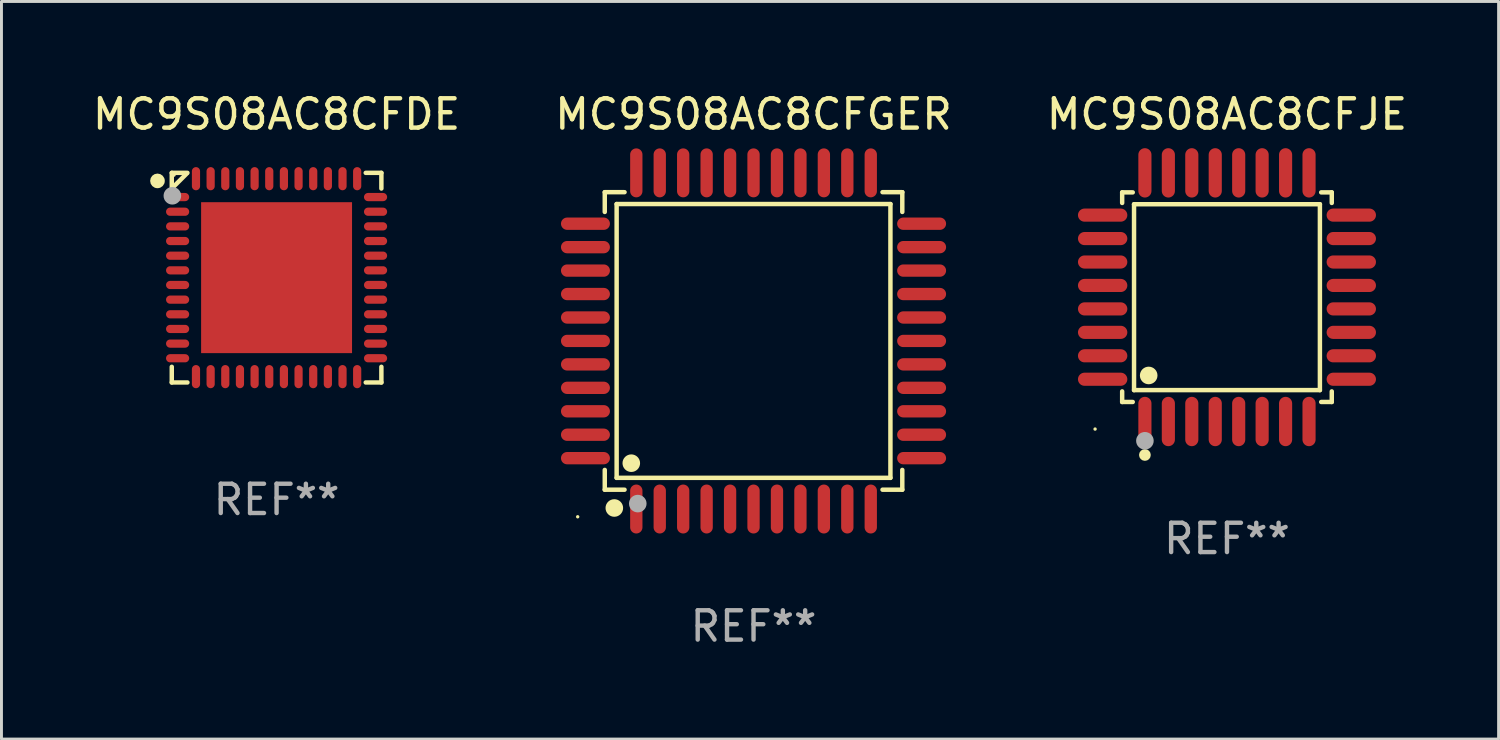
<source format=kicad_pcb>
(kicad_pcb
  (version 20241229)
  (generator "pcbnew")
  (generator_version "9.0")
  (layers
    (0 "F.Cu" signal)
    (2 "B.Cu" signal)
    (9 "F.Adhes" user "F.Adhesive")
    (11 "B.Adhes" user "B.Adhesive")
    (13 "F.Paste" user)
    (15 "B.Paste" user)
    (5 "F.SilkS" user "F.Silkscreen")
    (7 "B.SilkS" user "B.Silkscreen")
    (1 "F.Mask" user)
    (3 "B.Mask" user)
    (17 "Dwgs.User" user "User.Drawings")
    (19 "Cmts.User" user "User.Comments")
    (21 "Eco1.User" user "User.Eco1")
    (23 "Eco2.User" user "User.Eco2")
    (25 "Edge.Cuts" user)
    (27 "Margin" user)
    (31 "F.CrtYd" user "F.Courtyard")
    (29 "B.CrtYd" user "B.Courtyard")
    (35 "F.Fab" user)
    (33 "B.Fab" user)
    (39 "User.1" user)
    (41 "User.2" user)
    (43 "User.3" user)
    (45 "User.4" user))
  (footprint "MC9S08AC8CFDE"
    (layer "F.Cu")
    (at 6.387 6.424)
    (property "Reference" "MC9S08AC8CFDE" (at 0 -5.576 0) (layer "F.SilkS") (effects (font (size 1 1) (thickness 0.15))))
    (attr through_hole)
    (fp_line (start -3.576 -3.576) (end -3.042 -3.576) (stroke (width 0.152) (type solid)) (layer "F.SilkS"))
    (fp_line (start -3.576 -3.042) (end -3.576 -3.576) (stroke (width 0.152) (type solid)) (layer "F.SilkS"))
    (fp_line (start -3.576 3.042) (end -3.576 3.576) (stroke (width 0.152) (type solid)) (layer "F.SilkS"))
    (fp_line (start -3.576 3.576) (end -3.042 3.576) (stroke (width 0.152) (type solid)) (layer "F.SilkS"))
    (fp_line (start -3.069 -3.549) (end -3.549 -3.069) (stroke (width 0.152) (type solid)) (layer "F.SilkS"))
    (fp_line (start 3.576 -3.576) (end 3.042 -3.576) (stroke (width 0.152) (type solid)) (layer "F.SilkS"))
    (fp_line (start 3.576 -3.042) (end 3.576 -3.576) (stroke (width 0.152) (type solid)) (layer "F.SilkS"))
    (fp_line (start 3.576 3.042) (end 3.576 3.576) (stroke (width 0.152) (type solid)) (layer "F.SilkS"))
    (fp_line (start 3.576 3.576) (end 3.042 3.576) (stroke (width 0.152) (type solid)) (layer "F.SilkS"))
    (fp_circle (center -4.064 -3.302) (end -3.939 -3.302) (stroke (width 0.25) (type solid)) (fill no) (layer "F.SilkS"))
    (fp_circle (center -3.5 -3.5) (end -3.47 -3.5) (stroke (width 0.06) (type solid)) (fill no) (layer "F.SilkS"))
    (fp_circle (center -3.556 -2.794) (end -3.406 -2.794) (stroke (width 0.3) (type solid)) (fill no) (layer "F.Fab"))
    (fp_text user "REF**" (at 0 7.576 0) (layer "F.Fab") (effects (font (size 1 1) (thickness 0.15))))
    (pad "1" smd oval (at -3.377 -2.75) (size 0.79 0.28) (layers "F.Cu" "F.Mask" "F.Paste"))
    (pad "2" smd oval (at -3.377 -2.25) (size 0.79 0.28) (layers "F.Cu" "F.Mask" "F.Paste"))
    (pad "3" smd oval (at -3.377 -1.75) (size 0.79 0.28) (layers "F.Cu" "F.Mask" "F.Paste"))
    (pad "4" smd oval (at -3.377 -1.25) (size 0.79 0.28) (layers "F.Cu" "F.Mask" "F.Paste"))
    (pad "5" smd oval (at -3.377 -0.75) (size 0.79 0.28) (layers "F.Cu" "F.Mask" "F.Paste"))
    (pad "6" smd oval (at -3.377 -0.25) (size 0.79 0.28) (layers "F.Cu" "F.Mask" "F.Paste"))
    (pad "7" smd oval (at -3.377 0.25) (size 0.79 0.28) (layers "F.Cu" "F.Mask" "F.Paste"))
    (pad "8" smd oval (at -3.377 0.75) (size 0.79 0.28) (layers "F.Cu" "F.Mask" "F.Paste"))
    (pad "9" smd oval (at -3.377 1.25) (size 0.79 0.28) (layers "F.Cu" "F.Mask" "F.Paste"))
    (pad "10" smd oval (at -3.377 1.75) (size 0.79 0.28) (layers "F.Cu" "F.Mask" "F.Paste"))
    (pad "11" smd oval (at -3.377 2.25) (size 0.79 0.28) (layers "F.Cu" "F.Mask" "F.Paste"))
    (pad "12" smd oval (at -3.377 2.75) (size 0.79 0.28) (layers "F.Cu" "F.Mask" "F.Paste"))
    (pad "13" smd oval (at -2.75 3.377) (size 0.28 0.79) (layers "F.Cu" "F.Mask" "F.Paste"))
    (pad "14" smd oval (at -2.25 3.377) (size 0.28 0.79) (layers "F.Cu" "F.Mask" "F.Paste"))
    (pad "15" smd oval (at -1.75 3.377) (size 0.28 0.79) (layers "F.Cu" "F.Mask" "F.Paste"))
    (pad "16" smd oval (at -1.25 3.377) (size 0.28 0.79) (layers "F.Cu" "F.Mask" "F.Paste"))
    (pad "17" smd oval (at -0.75 3.377) (size 0.28 0.79) (layers "F.Cu" "F.Mask" "F.Paste"))
    (pad "18" smd oval (at -0.25 3.377) (size 0.28 0.79) (layers "F.Cu" "F.Mask" "F.Paste"))
    (pad "19" smd oval (at 0.25 3.377) (size 0.28 0.79) (layers "F.Cu" "F.Mask" "F.Paste"))
    (pad "20" smd oval (at 0.75 3.377) (size 0.28 0.79) (layers "F.Cu" "F.Mask" "F.Paste"))
    (pad "21" smd oval (at 1.25 3.377) (size 0.28 0.79) (layers "F.Cu" "F.Mask" "F.Paste"))
    (pad "22" smd oval (at 1.75 3.377) (size 0.28 0.79) (layers "F.Cu" "F.Mask" "F.Paste"))
    (pad "23" smd oval (at 2.25 3.377) (size 0.28 0.79) (layers "F.Cu" "F.Mask" "F.Paste"))
    (pad "24" smd oval (at 2.75 3.377) (size 0.28 0.79) (layers "F.Cu" "F.Mask" "F.Paste"))
    (pad "25" smd oval (at 3.377 2.75) (size 0.79 0.28) (layers "F.Cu" "F.Mask" "F.Paste"))
    (pad "26" smd oval (at 3.377 2.25) (size 0.79 0.28) (layers "F.Cu" "F.Mask" "F.Paste"))
    (pad "27" smd oval (at 3.377 1.75) (size 0.79 0.28) (layers "F.Cu" "F.Mask" "F.Paste"))
    (pad "28" smd oval (at 3.377 1.25) (size 0.79 0.28) (layers "F.Cu" "F.Mask" "F.Paste"))
    (pad "29" smd oval (at 3.377 0.75) (size 0.79 0.28) (layers "F.Cu" "F.Mask" "F.Paste"))
    (pad "30" smd oval (at 3.377 0.25) (size 0.79 0.28) (layers "F.Cu" "F.Mask" "F.Paste"))
    (pad "31" smd oval (at 3.377 -0.25) (size 0.79 0.28) (layers "F.Cu" "F.Mask" "F.Paste"))
    (pad "32" smd oval (at 3.377 -0.75) (size 0.79 0.28) (layers "F.Cu" "F.Mask" "F.Paste"))
    (pad "33" smd oval (at 3.377 -1.25) (size 0.79 0.28) (layers "F.Cu" "F.Mask" "F.Paste"))
    (pad "34" smd oval (at 3.377 -1.75) (size 0.79 0.28) (layers "F.Cu" "F.Mask" "F.Paste"))
    (pad "35" smd oval (at 3.377 -2.25) (size 0.79 0.28) (layers "F.Cu" "F.Mask" "F.Paste"))
    (pad "36" smd oval (at 3.377 -2.75) (size 0.79 0.28) (layers "F.Cu" "F.Mask" "F.Paste"))
    (pad "37" smd oval (at 2.75 -3.377) (size 0.28 0.79) (layers "F.Cu" "F.Mask" "F.Paste"))
    (pad "38" smd oval (at 2.25 -3.377) (size 0.28 0.79) (layers "F.Cu" "F.Mask" "F.Paste"))
    (pad "39" smd oval (at 1.75 -3.377) (size 0.28 0.79) (layers "F.Cu" "F.Mask" "F.Paste"))
    (pad "40" smd oval (at 1.25 -3.377) (size 0.28 0.79) (layers "F.Cu" "F.Mask" "F.Paste"))
    (pad "41" smd oval (at 0.75 -3.377) (size 0.28 0.79) (layers "F.Cu" "F.Mask" "F.Paste"))
    (pad "42" smd oval (at 0.25 -3.377) (size 0.28 0.79) (layers "F.Cu" "F.Mask" "F.Paste"))
    (pad "43" smd oval (at -0.25 -3.377) (size 0.28 0.79) (layers "F.Cu" "F.Mask" "F.Paste"))
    (pad "44" smd oval (at -0.75 -3.377) (size 0.28 0.79) (layers "F.Cu" "F.Mask" "F.Paste"))
    (pad "45" smd oval (at -1.25 -3.377) (size 0.28 0.79) (layers "F.Cu" "F.Mask" "F.Paste"))
    (pad "46" smd oval (at -1.75 -3.377) (size 0.28 0.79) (layers "F.Cu" "F.Mask" "F.Paste"))
    (pad "47" smd oval (at -2.25 -3.377) (size 0.28 0.79) (layers "F.Cu" "F.Mask" "F.Paste"))
    (pad "48" smd oval (at -2.75 -3.377) (size 0.28 0.79) (layers "F.Cu" "F.Mask" "F.Paste"))
    (pad "49" smd rect (at 0 0) (size 5.15 5.15) (layers "F.Cu" "F.Mask" "F.Paste")))
  (footprint "MC9S08AC8CFJE"
    (layer "F.Cu")
    (at 38.815 7.09)
    (property "Reference" "MC9S08AC8CFJE" (at 0 -6.242 0) (layer "F.SilkS") (effects (font (size 1 1) (thickness 0.15))))
    (attr through_hole)
    (fp_line (start -3.576 -3.576) (end -3.215 -3.576) (stroke (width 0.152) (type solid)) (layer "F.SilkS"))
    (fp_line (start -3.576 -3.215) (end -3.576 -3.576) (stroke (width 0.152) (type solid)) (layer "F.SilkS"))
    (fp_line (start -3.576 3.215) (end -3.576 3.576) (stroke (width 0.152) (type solid)) (layer "F.SilkS"))
    (fp_line (start -3.576 3.576) (end -3.215 3.576) (stroke (width 0.152) (type solid)) (layer "F.SilkS"))
    (fp_line (start -3.171 -3.171) (end 3.171 -3.171) (stroke (width 0.152) (type solid)) (layer "F.SilkS"))
    (fp_line (start -3.171 3.171) (end -3.171 -3.171) (stroke (width 0.152) (type solid)) (layer "F.SilkS"))
    (fp_line (start 3.171 -3.171) (end 3.171 3.171) (stroke (width 0.152) (type solid)) (layer "F.SilkS"))
    (fp_line (start 3.171 3.171) (end -3.171 3.171) (stroke (width 0.152) (type solid)) (layer "F.SilkS"))
    (fp_line (start 3.576 -3.576) (end 3.215 -3.576) (stroke (width 0.152) (type solid)) (layer "F.SilkS"))
    (fp_line (start 3.576 -3.215) (end 3.576 -3.576) (stroke (width 0.152) (type solid)) (layer "F.SilkS"))
    (fp_line (start 3.576 3.215) (end 3.576 3.576) (stroke (width 0.152) (type solid)) (layer "F.SilkS"))
    (fp_line (start 3.576 3.576) (end 3.215 3.576) (stroke (width 0.152) (type solid)) (layer "F.SilkS"))
    (fp_circle (center -4.5 4.5) (end -4.47 4.5) (stroke (width 0.06) (type solid)) (fill no) (layer "F.SilkS"))
    (fp_circle (center -2.8 5.384) (end -2.7 5.384) (stroke (width 0.2) (type solid)) (fill no) (layer "F.SilkS"))
    (fp_circle (center -2.671 2.671) (end -2.521 2.671) (stroke (width 0.3) (type solid)) (fill no) (layer "F.SilkS"))
    (fp_circle (center -2.8 4.9) (end -2.65 4.9) (stroke (width 0.3) (type solid)) (fill no) (layer "F.Fab"))
    (fp_text user "REF**" (at 0 8.242 0) (layer "F.Fab") (effects (font (size 1 1) (thickness 0.15))))
    (pad "1" smd oval (at -2.8 4.242) (size 0.448 1.684) (layers "F.Cu" "F.Mask" "F.Paste"))
    (pad "2" smd oval (at -2 4.242) (size 0.448 1.684) (layers "F.Cu" "F.Mask" "F.Paste"))
    (pad "3" smd oval (at -1.2 4.242) (size 0.448 1.684) (layers "F.Cu" "F.Mask" "F.Paste"))
    (pad "4" smd oval (at -0.4 4.242) (size 0.448 1.684) (layers "F.Cu" "F.Mask" "F.Paste"))
    (pad "5" smd oval (at 0.4 4.242) (size 0.448 1.684) (layers "F.Cu" "F.Mask" "F.Paste"))
    (pad "6" smd oval (at 1.2 4.242) (size 0.448 1.684) (layers "F.Cu" "F.Mask" "F.Paste"))
    (pad "7" smd oval (at 2 4.242) (size 0.448 1.684) (layers "F.Cu" "F.Mask" "F.Paste"))
    (pad "8" smd oval (at 2.8 4.242) (size 0.448 1.684) (layers "F.Cu" "F.Mask" "F.Paste"))
    (pad "9" smd oval (at 4.242 2.8) (size 1.684 0.448) (layers "F.Cu" "F.Mask" "F.Paste"))
    (pad "10" smd oval (at 4.242 2) (size 1.684 0.448) (layers "F.Cu" "F.Mask" "F.Paste"))
    (pad "11" smd oval (at 4.242 1.2) (size 1.684 0.448) (layers "F.Cu" "F.Mask" "F.Paste"))
    (pad "12" smd oval (at 4.242 0.4) (size 1.684 0.448) (layers "F.Cu" "F.Mask" "F.Paste"))
    (pad "13" smd oval (at 4.242 -0.4) (size 1.684 0.448) (layers "F.Cu" "F.Mask" "F.Paste"))
    (pad "14" smd oval (at 4.242 -1.2) (size 1.684 0.448) (layers "F.Cu" "F.Mask" "F.Paste"))
    (pad "15" smd oval (at 4.242 -2) (size 1.684 0.448) (layers "F.Cu" "F.Mask" "F.Paste"))
    (pad "16" smd oval (at 4.242 -2.8) (size 1.684 0.448) (layers "F.Cu" "F.Mask" "F.Paste"))
    (pad "17" smd oval (at 2.8 -4.242) (size 0.448 1.684) (layers "F.Cu" "F.Mask" "F.Paste"))
    (pad "18" smd oval (at 2 -4.242) (size 0.448 1.684) (layers "F.Cu" "F.Mask" "F.Paste"))
    (pad "19" smd oval (at 1.2 -4.242) (size 0.448 1.684) (layers "F.Cu" "F.Mask" "F.Paste"))
    (pad "20" smd oval (at 0.4 -4.242) (size 0.448 1.684) (layers "F.Cu" "F.Mask" "F.Paste"))
    (pad "21" smd oval (at -0.4 -4.242) (size 0.448 1.684) (layers "F.Cu" "F.Mask" "F.Paste"))
    (pad "22" smd oval (at -1.2 -4.242) (size 0.448 1.684) (layers "F.Cu" "F.Mask" "F.Paste"))
    (pad "23" smd oval (at -2 -4.242) (size 0.448 1.684) (layers "F.Cu" "F.Mask" "F.Paste"))
    (pad "24" smd oval (at -2.8 -4.242) (size 0.448 1.684) (layers "F.Cu" "F.Mask" "F.Paste"))
    (pad "25" smd oval (at -4.242 -2.8) (size 1.684 0.448) (layers "F.Cu" "F.Mask" "F.Paste"))
    (pad "26" smd oval (at -4.242 -2) (size 1.684 0.448) (layers "F.Cu" "F.Mask" "F.Paste"))
    (pad "27" smd oval (at -4.242 -1.2) (size 1.684 0.448) (layers "F.Cu" "F.Mask" "F.Paste"))
    (pad "28" smd oval (at -4.242 -0.4) (size 1.684 0.448) (layers "F.Cu" "F.Mask" "F.Paste"))
    (pad "29" smd oval (at -4.242 0.4) (size 1.684 0.448) (layers "F.Cu" "F.Mask" "F.Paste"))
    (pad "30" smd oval (at -4.242 1.2) (size 1.684 0.448) (layers "F.Cu" "F.Mask" "F.Paste"))
    (pad "31" smd oval (at -4.242 2) (size 1.684 0.448) (layers "F.Cu" "F.Mask" "F.Paste"))
    (pad "32" smd oval (at -4.242 2.8) (size 1.684 0.448) (layers "F.Cu" "F.Mask" "F.Paste")))
  (footprint "MC9S08AC8CFGER"
    (layer "F.Cu")
    (at 22.661 8.583)
    (property "Reference" "MC9S08AC8CFGER" (at 0 -7.735 0) (layer "F.SilkS") (effects (font (size 1 1) (thickness 0.15))))
    (attr through_hole)
    (fp_line (start -5.076 -5.076) (end -4.401 -5.076) (stroke (width 0.152) (type solid)) (layer "F.SilkS"))
    (fp_line (start -5.076 -4.401) (end -5.076 -5.076) (stroke (width 0.152) (type solid)) (layer "F.SilkS"))
    (fp_line (start -5.076 4.401) (end -5.076 5.076) (stroke (width 0.152) (type solid)) (layer "F.SilkS"))
    (fp_line (start -5.076 5.076) (end -4.401 5.076) (stroke (width 0.152) (type solid)) (layer "F.SilkS"))
    (fp_line (start -4.671 -4.671) (end 4.671 -4.671) (stroke (width 0.152) (type solid)) (layer "F.SilkS"))
    (fp_line (start -4.671 4.671) (end -4.671 -4.671) (stroke (width 0.152) (type solid)) (layer "F.SilkS"))
    (fp_line (start 4.671 -4.671) (end 4.671 4.671) (stroke (width 0.152) (type solid)) (layer "F.SilkS"))
    (fp_line (start 4.671 4.671) (end -4.671 4.671) (stroke (width 0.152) (type solid)) (layer "F.SilkS"))
    (fp_line (start 5.076 -5.076) (end 4.401 -5.076) (stroke (width 0.152) (type solid)) (layer "F.SilkS"))
    (fp_line (start 5.076 -4.401) (end 5.076 -5.076) (stroke (width 0.152) (type solid)) (layer "F.SilkS"))
    (fp_line (start 5.076 4.401) (end 5.076 5.076) (stroke (width 0.152) (type solid)) (layer "F.SilkS"))
    (fp_line (start 5.076 5.076) (end 4.401 5.076) (stroke (width 0.152) (type solid)) (layer "F.SilkS"))
    (fp_circle (center -6 6) (end -5.97 6) (stroke (width 0.06) (type solid)) (fill no) (layer "F.SilkS"))
    (fp_circle (center -4.75 5.7) (end -4.6 5.7) (stroke (width 0.3) (type solid)) (fill no) (layer "F.SilkS"))
    (fp_circle (center -4.171 4.171) (end -4.021 4.171) (stroke (width 0.3) (type solid)) (fill no) (layer "F.SilkS"))
    (fp_circle (center -3.95 5.55) (end -3.8 5.55) (stroke (width 0.3) (type solid)) (fill no) (layer "F.Fab"))
    (fp_text user "REF**" (at 0 9.735 0) (layer "F.Fab") (effects (font (size 1 1) (thickness 0.15))))
    (pad "1" smd oval (at -4 5.735) (size 0.42 1.67) (layers "F.Cu" "F.Mask" "F.Paste"))
    (pad "2" smd oval (at -3.2 5.735) (size 0.42 1.67) (layers "F.Cu" "F.Mask" "F.Paste"))
    (pad "3" smd oval (at -2.4 5.735) (size 0.42 1.67) (layers "F.Cu" "F.Mask" "F.Paste"))
    (pad "4" smd oval (at -1.6 5.735) (size 0.42 1.67) (layers "F.Cu" "F.Mask" "F.Paste"))
    (pad "5" smd oval (at -0.8 5.735) (size 0.42 1.67) (layers "F.Cu" "F.Mask" "F.Paste"))
    (pad "6" smd oval (at 0 5.735) (size 0.42 1.67) (layers "F.Cu" "F.Mask" "F.Paste"))
    (pad "7" smd oval (at 0.8 5.735) (size 0.42 1.67) (layers "F.Cu" "F.Mask" "F.Paste"))
    (pad "8" smd oval (at 1.6 5.735) (size 0.42 1.67) (layers "F.Cu" "F.Mask" "F.Paste"))
    (pad "9" smd oval (at 2.4 5.735) (size 0.42 1.67) (layers "F.Cu" "F.Mask" "F.Paste"))
    (pad "10" smd oval (at 3.2 5.735) (size 0.42 1.67) (layers "F.Cu" "F.Mask" "F.Paste"))
    (pad "11" smd oval (at 4 5.735) (size 0.42 1.67) (layers "F.Cu" "F.Mask" "F.Paste"))
    (pad "12" smd oval (at 5.735 4) (size 1.67 0.42) (layers "F.Cu" "F.Mask" "F.Paste"))
    (pad "13" smd oval (at 5.735 3.2) (size 1.67 0.42) (layers "F.Cu" "F.Mask" "F.Paste"))
    (pad "14" smd oval (at 5.735 2.4) (size 1.67 0.42) (layers "F.Cu" "F.Mask" "F.Paste"))
    (pad "15" smd oval (at 5.735 1.6) (size 1.67 0.42) (layers "F.Cu" "F.Mask" "F.Paste"))
    (pad "16" smd oval (at 5.735 0.8) (size 1.67 0.42) (layers "F.Cu" "F.Mask" "F.Paste"))
    (pad "17" smd oval (at 5.735 0) (size 1.67 0.42) (layers "F.Cu" "F.Mask" "F.Paste"))
    (pad "18" smd oval (at 5.735 -0.8) (size 1.67 0.42) (layers "F.Cu" "F.Mask" "F.Paste"))
    (pad "19" smd oval (at 5.735 -1.6) (size 1.67 0.42) (layers "F.Cu" "F.Mask" "F.Paste"))
    (pad "20" smd oval (at 5.735 -2.4) (size 1.67 0.42) (layers "F.Cu" "F.Mask" "F.Paste"))
    (pad "21" smd oval (at 5.735 -3.2) (size 1.67 0.42) (layers "F.Cu" "F.Mask" "F.Paste"))
    (pad "22" smd oval (at 5.735 -4) (size 1.67 0.42) (layers "F.Cu" "F.Mask" "F.Paste"))
    (pad "23" smd oval (at 4 -5.735) (size 0.42 1.67) (layers "F.Cu" "F.Mask" "F.Paste"))
    (pad "24" smd oval (at 3.2 -5.735) (size 0.42 1.67) (layers "F.Cu" "F.Mask" "F.Paste"))
    (pad "25" smd oval (at 2.4 -5.735) (size 0.42 1.67) (layers "F.Cu" "F.Mask" "F.Paste"))
    (pad "26" smd oval (at 1.6 -5.735) (size 0.42 1.67) (layers "F.Cu" "F.Mask" "F.Paste"))
    (pad "27" smd oval (at 0.8 -5.735) (size 0.42 1.67) (layers "F.Cu" "F.Mask" "F.Paste"))
    (pad "28" smd oval (at 0 -5.735) (size 0.42 1.67) (layers "F.Cu" "F.Mask" "F.Paste"))
    (pad "29" smd oval (at -0.8 -5.735) (size 0.42 1.67) (layers "F.Cu" "F.Mask" "F.Paste"))
    (pad "30" smd oval (at -1.6 -5.735) (size 0.42 1.67) (layers "F.Cu" "F.Mask" "F.Paste"))
    (pad "31" smd oval (at -2.4 -5.735) (size 0.42 1.67) (layers "F.Cu" "F.Mask" "F.Paste"))
    (pad "32" smd oval (at -3.2 -5.735) (size 0.42 1.67) (layers "F.Cu" "F.Mask" "F.Paste"))
    (pad "33" smd oval (at -4 -5.735) (size 0.42 1.67) (layers "F.Cu" "F.Mask" "F.Paste"))
    (pad "34" smd oval (at -5.735 -4) (size 1.67 0.42) (layers "F.Cu" "F.Mask" "F.Paste"))
    (pad "35" smd oval (at -5.735 -3.2) (size 1.67 0.42) (layers "F.Cu" "F.Mask" "F.Paste"))
    (pad "36" smd oval (at -5.735 -2.4) (size 1.67 0.42) (layers "F.Cu" "F.Mask" "F.Paste"))
    (pad "37" smd oval (at -5.735 -1.6) (size 1.67 0.42) (layers "F.Cu" "F.Mask" "F.Paste"))
    (pad "38" smd oval (at -5.735 -0.8) (size 1.67 0.42) (layers "F.Cu" "F.Mask" "F.Paste"))
    (pad "39" smd oval (at -5.735 0) (size 1.67 0.42) (layers "F.Cu" "F.Mask" "F.Paste"))
    (pad "40" smd oval (at -5.735 0.8) (size 1.67 0.42) (layers "F.Cu" "F.Mask" "F.Paste"))
    (pad "41" smd oval (at -5.735 1.6) (size 1.67 0.42) (layers "F.Cu" "F.Mask" "F.Paste"))
    (pad "42" smd oval (at -5.735 2.4) (size 1.67 0.42) (layers "F.Cu" "F.Mask" "F.Paste"))
    (pad "43" smd oval (at -5.735 3.2) (size 1.67 0.42) (layers "F.Cu" "F.Mask" "F.Paste"))
    (pad "44" smd oval (at -5.735 4) (size 1.67 0.42) (layers "F.Cu" "F.Mask" "F.Paste")))
  (gr_rect
    (start -3 -3)
    (end 48.083 22.167)
    (stroke (width 0.1) (type default))
    (fill no)
    (layer "Edge.Cuts")))
</source>
